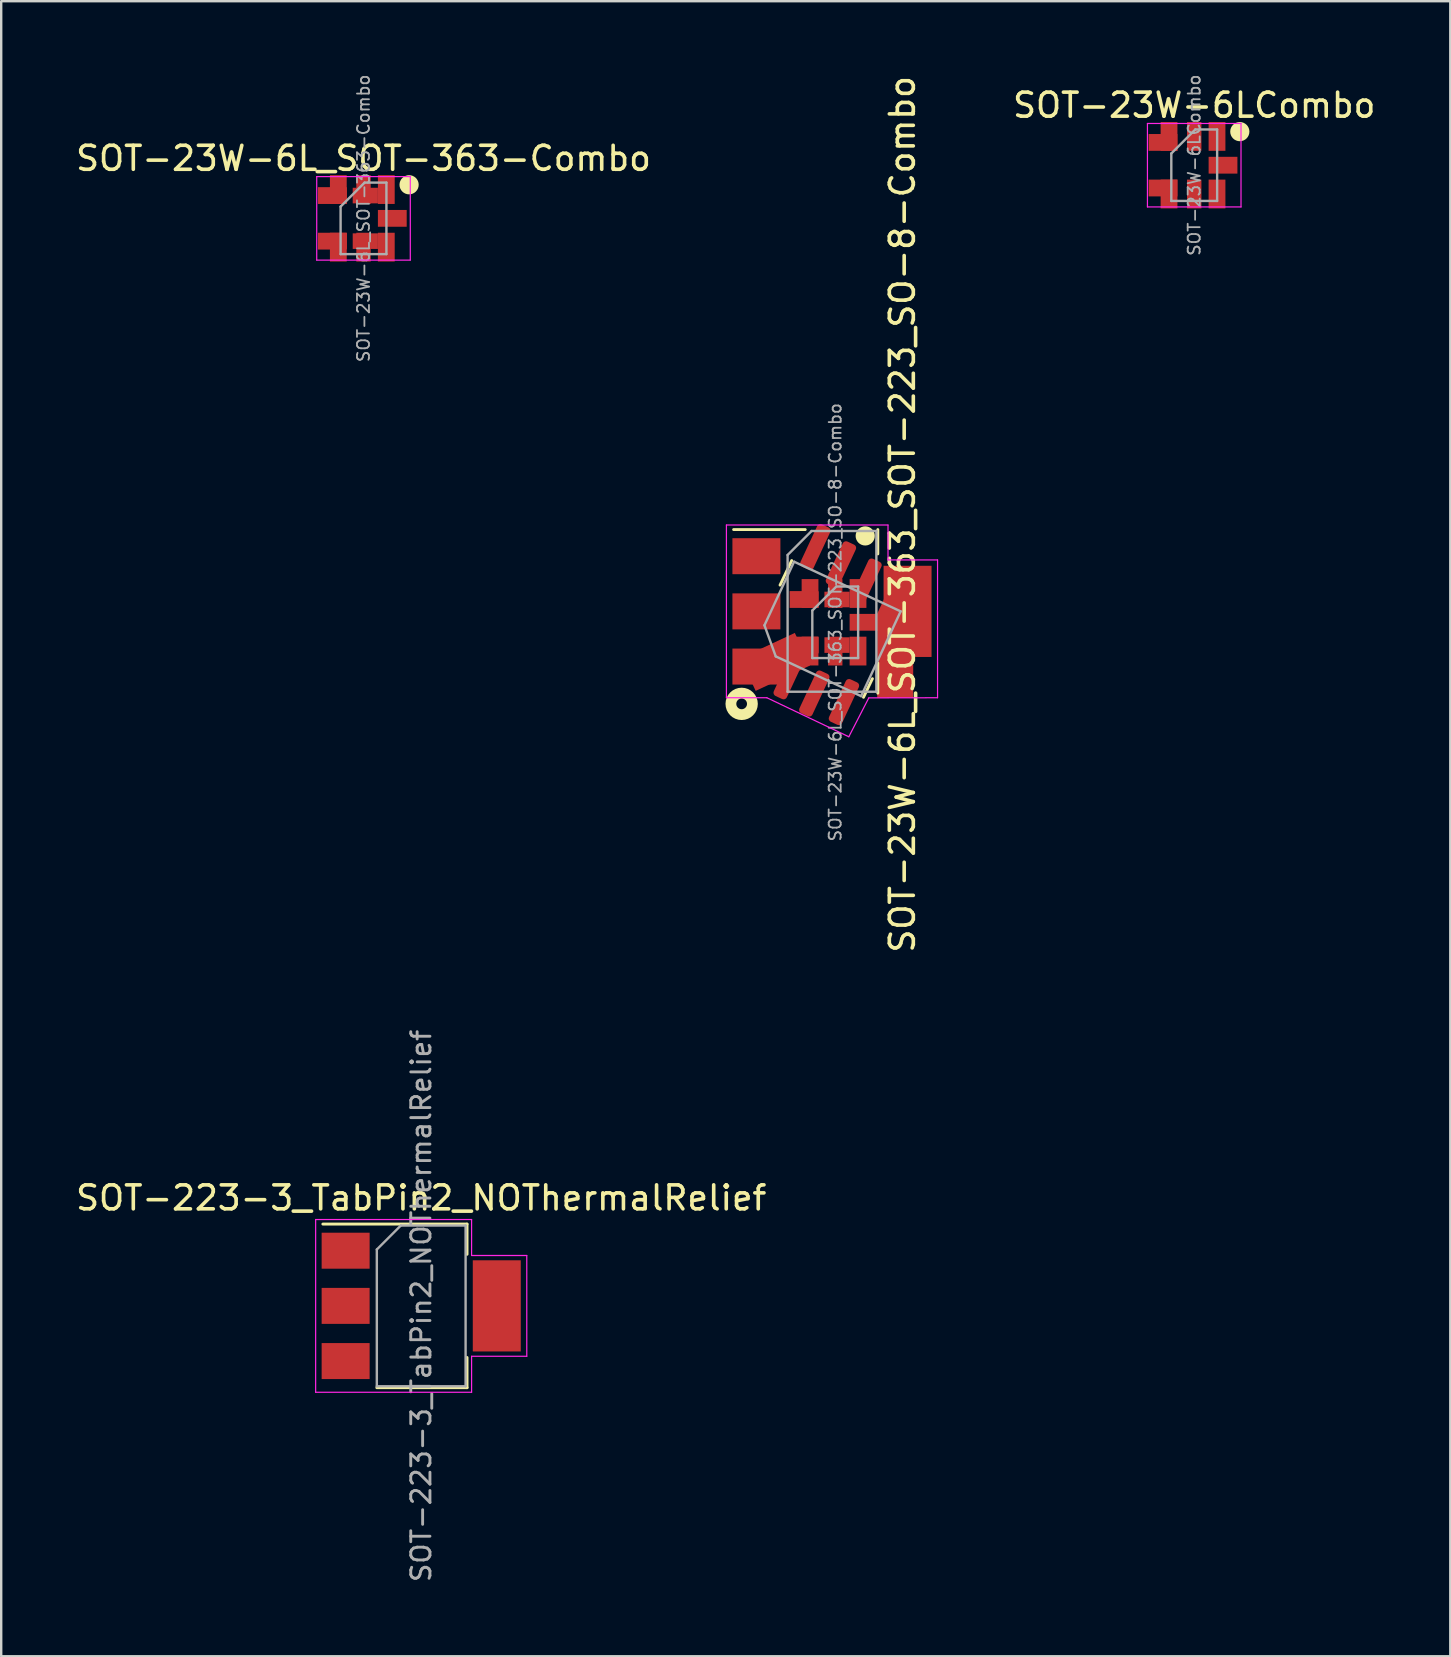
<source format=kicad_pcb>
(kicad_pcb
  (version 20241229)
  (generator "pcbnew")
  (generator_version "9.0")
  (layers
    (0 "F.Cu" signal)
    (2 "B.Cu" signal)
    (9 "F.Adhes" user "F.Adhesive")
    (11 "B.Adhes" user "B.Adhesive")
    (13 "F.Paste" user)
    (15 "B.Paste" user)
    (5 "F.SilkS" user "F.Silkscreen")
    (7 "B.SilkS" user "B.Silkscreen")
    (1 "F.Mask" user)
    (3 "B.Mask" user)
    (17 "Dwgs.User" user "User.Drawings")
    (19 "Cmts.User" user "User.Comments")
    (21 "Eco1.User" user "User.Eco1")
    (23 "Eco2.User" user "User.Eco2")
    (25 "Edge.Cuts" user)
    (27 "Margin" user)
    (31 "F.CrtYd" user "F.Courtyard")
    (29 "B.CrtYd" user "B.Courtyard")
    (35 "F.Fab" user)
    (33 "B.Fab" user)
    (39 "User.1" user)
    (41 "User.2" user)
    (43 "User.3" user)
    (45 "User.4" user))
  (footprint "SOT-23W-6L_SOT-363_SOT-223_SO-8-Combo"
    (layer "F.Cu")
    (at 31.762 22.887)
    (property "Reference" "SOT-23W-6L_SOT-363_SOT-223_SO-8-Combo" (at 2.8 -4.5 270) (layer "F.SilkS") (effects (font (size 1 1) (thickness 0.15))))
    (attr smd)
    (fp_line (start -4.235 -3.865) (end -1.25 -3.865) (stroke (width 0.12) (type solid)) (layer "F.SilkS"))
    (fp_line (start -2.3 -1.55) (end -1.814 -2.573) (stroke (width 0.12) (type solid)) (layer "F.SilkS"))
    (fp_line (start 1.55 2.35) (end 1.178 3.126) (stroke (width 0.12) (type solid)) (layer "F.SilkS"))
    (fp_line (start 1.775 -3.865) (end 1.775 -2.85) (stroke (width 0.12) (type solid)) (layer "F.SilkS"))
    (fp_line (start 1.775 2.955) (end 1.775 1.695) (stroke (width 0.12) (type solid)) (layer "F.SilkS"))
    (fp_circle (center -3.9 3.4) (end -3.725 3.261) (stroke (width 0.45) (type solid)) (fill no) (layer "F.SilkS"))
    (fp_circle (center 1.25 -3.6) (end 1.45 -3.6) (stroke (width 0.4) (type solid)) (fill no) (layer "F.SilkS"))
    (fp_line (start -4.535 -4.055) (end -4.535 3.145) (stroke (width 0.05) (type solid)) (layer "F.CrtYd"))
    (fp_line (start -2.85 3.145) (end -4.535 3.145) (stroke (width 0.05) (type solid)) (layer "F.CrtYd"))
    (fp_line (start -2.85 3.145) (end 0.566 4.771) (stroke (width 0.05) (type solid)) (layer "F.CrtYd"))
    (fp_line (start 0.566 4.771) (end 1.4 3.15) (stroke (width 0.05) (type solid)) (layer "F.CrtYd"))
    (fp_line (start 1.4 3.15) (end 4.265 3.145) (stroke (width 0.05) (type solid)) (layer "F.CrtYd"))
    (fp_line (start 2.2 -4.055) (end -4.535 -4.055) (stroke (width 0.05) (type solid)) (layer "F.CrtYd"))
    (fp_line (start 2.2 -2.6) (end 2.2 -4.05) (stroke (width 0.05) (type default)) (layer "F.CrtYd"))
    (fp_line (start 4.265 -2.6) (end 2.2 -2.6) (stroke (width 0.05) (type default)) (layer "F.CrtYd"))
    (fp_line (start 4.265 3.145) (end 4.265 -2.6) (stroke (width 0.05) (type solid)) (layer "F.CrtYd"))
    (fp_line (start -2.95 0.125) (end -1.714 -2.526) (stroke (width 0.1) (type solid)) (layer "F.Fab"))
    (fp_line (start -2.479 1.421) (end -2.95 0.125) (stroke (width 0.1) (type solid)) (layer "F.Fab"))
    (fp_line (start -1.985 -2.805) (end -1.985 2.895) (stroke (width 0.1) (type solid)) (layer "F.Fab"))
    (fp_line (start -1.985 -2.805) (end -0.985 -3.805) (stroke (width 0.1) (type solid)) (layer "F.Fab"))
    (fp_line (start -1.985 2.895) (end 1.715 2.895) (stroke (width 0.1) (type solid)) (layer "F.Fab"))
    (fp_line (start -1.714 -2.526) (end 2.727 -0.455) (stroke (width 0.1) (type solid)) (layer "F.Fab"))
    (fp_line (start -0.985 -3.805) (end 1.715 -3.805) (stroke (width 0.1) (type solid)) (layer "F.Fab"))
    (fp_line (start -0.955 -0.49) (end -0.955 1.49) (stroke (width 0.1) (type solid)) (layer "F.Fab"))
    (fp_line (start -0.955 -0.49) (end 0.045 -1.49) (stroke (width 0.1) (type solid)) (layer "F.Fab"))
    (fp_line (start -0.955 1.49) (end 0.955 1.49) (stroke (width 0.1) (type solid)) (layer "F.Fab"))
    (fp_line (start 0.045 -1.49) (end 0.955 -1.49) (stroke (width 0.1) (type solid)) (layer "F.Fab"))
    (fp_line (start 0.955 -1.49) (end 0.955 1.49) (stroke (width 0.1) (type solid)) (layer "F.Fab"))
    (fp_line (start 1.079 3.079) (end -2.479 1.421) (stroke (width 0.1) (type solid)) (layer "F.Fab"))
    (fp_line (start 1.715 -3.805) (end 1.715 2.895) (stroke (width 0.1) (type solid)) (layer "F.Fab"))
    (fp_line (start 2.727 -0.455) (end 1.079 3.079) (stroke (width 0.1) (type solid)) (layer "F.Fab"))
    (fp_text user "${REFERENCE}" (at 0 0 90) (layer "F.Fab") (effects (font (size 0.5 0.5) (thickness 0.075))))
    (pad "1" smd rect (at -3.285 -2.755) (size 2 1.5) (layers "F.Cu" "F.Mask" "F.Paste"))
    (pad "1" smd rect (at -1.3 -0.95) (size 1.2 0.7) (layers "F.Cu" "F.Mask" "F.Paste"))
    (pad "1" smd rect (at -1.05 -1.2 270) (size 1.2 0.7) (layers "F.Cu" "F.Mask" "F.Paste"))
    (pad "1" smd rect (at -0.9 -0.95 90) (size 0.65 0.4) (layers "F.Cu" "F.Mask" "F.Paste"))
    (pad "1" smd roundrect (at 0.363 3.325 65) (size 1.95 0.6) (layers "F.Cu" "F.Mask" "F.Paste") (roundrect_rratio 0.25))
    (pad "2" smd roundrect (at -0.998 -2.772 65) (size 1.95 0.6) (drill (offset 0.4 0)) (layers "F.Cu" "F.Mask" "F.Paste") (roundrect_rratio 0.25))
    (pad "2" smd rect (at -0.25 -0.95 90) (size 0.65 0.4) (layers "F.Cu" "F.Mask" "F.Paste"))
    (pad "2" smd rect (at -0.25 0.95 90) (size 0.65 0.4) (layers "F.Cu" "F.Mask" "F.Paste"))
    (pad "2" smd rect (at 0 -1.2 270) (size 1.2 0.6) (layers "F.Cu" "F.Mask" "F.Paste"))
    (pad "2" smd rect (at 0 1.2 270) (size 1.2 0.6) (layers "F.Cu" "F.Mask" "F.Paste"))
    (pad "2" smd roundrect (at 0.153 -2.235 65) (size 1.95 0.6) (drill (offset 0.2 0)) (layers "F.Cu" "F.Mask" "F.Paste") (roundrect_rratio 0.25))
    (pad "2" smd rect (at 0.4 -0.95 90) (size 0.65 0.4) (layers "F.Cu" "F.Mask" "F.Paste"))
    (pad "2" smd rect (at 0.4 0.95 90) (size 0.65 0.4) (layers "F.Cu" "F.Mask" "F.Paste"))
    (pad "2" smd rect (at 0.95 -1.2 270) (size 1.2 0.7) (layers "F.Cu" "F.Mask" "F.Paste"))
    (pad "2" smd rect (at 0.95 1.2 270) (size 1.2 0.7) (layers "F.Cu" "F.Mask" "F.Paste"))
    (pad "2" smd rect (at 1.2 0) (size 1.2 0.7) (layers "F.Cu" "F.Mask" "F.Paste"))
    (pad "2" smd roundrect (at 1.304 -1.698 65) (size 1.95 0.6) (layers "F.Cu" "F.Mask" "F.Paste") (roundrect_rratio 0.25))
    (pad "2" smd roundrect (at 2.455 -1.161 65) (size 1.95 0.6) (drill (offset -0.7 0)) (layers "F.Cu" "F.Mask" "F.Paste") (roundrect_rratio 0.25))
    (pad "2" smd rect (at 2.5 1.65 90) (size 3 1.5) (layers "F.Cu" "F.Mask" "F.Paste"))
    (pad "2" smd rect (at 3.015 -0.455) (size 2 3.8) (layers "F.Cu" "F.Mask" "F.Paste"))
    (pad "3" smd rect (at -3.285 1.845) (size 2 1.5) (layers "F.Cu" "F.Mask" "F.Paste"))
    (pad "3" smd rect (at -2.5 1.65 25) (size 2.5 1.5) (layers "F.Cu" "F.Mask" "F.Paste"))
    (pad "3" smd roundrect (at -1.939 2.251 65) (size 1.95 0.6) (layers "F.Cu" "F.Mask" "F.Paste") (roundrect_rratio 0.25))
    (pad "3" smd rect (at -1.3 0.95) (size 1.2 0.7) (layers "F.Cu" "F.Mask" "F.Paste"))
    (pad "3" smd rect (at -1.05 1.2 270) (size 1.2 0.7) (layers "F.Cu" "F.Mask" "F.Paste"))
    (pad "3" smd rect (at -0.9 0.95 90) (size 0.65 0.4) (layers "F.Cu" "F.Mask" "F.Paste"))
    (pad "3" smd roundrect (at -0.788 2.788 65) (size 1.95 0.6) (drill (offset -0.2 0)) (layers "F.Cu" "F.Mask" "F.Paste") (roundrect_rratio 0.25))
    (pad "5" smd rect (at -3.285 -0.455) (size 2 1.5) (layers "F.Cu" "F.Mask" "F.Paste")))
  (footprint "SOT-23W-6LCombo"
    (layer "F.Cu")
    (at 46.725 3.836)
    (property "Reference" "SOT-23W-6LCombo" (at 0 -2.5 0) (layer "F.SilkS") (effects (font (size 1 1) (thickness 0.15))))
    (attr smd)
    (fp_circle (center 1.9 -1.4) (end 2.1 -1.4) (stroke (width 0.4) (type solid)) (fill no) (layer "F.SilkS"))
    (fp_line (start -1.95 -1.74) (end 1.95 -1.74) (stroke (width 0.05) (type solid)) (layer "F.CrtYd"))
    (fp_line (start -1.95 1.74) (end -1.95 -1.74) (stroke (width 0.05) (type solid)) (layer "F.CrtYd"))
    (fp_line (start 1.95 -1.74) (end 1.95 1.74) (stroke (width 0.05) (type solid)) (layer "F.CrtYd"))
    (fp_line (start 1.95 1.74) (end -1.95 1.74) (stroke (width 0.05) (type solid)) (layer "F.CrtYd"))
    (fp_line (start -0.955 -0.49) (end -0.955 1.49) (stroke (width 0.1) (type solid)) (layer "F.Fab"))
    (fp_line (start -0.955 -0.49) (end 0.045 -1.49) (stroke (width 0.1) (type solid)) (layer "F.Fab"))
    (fp_line (start -0.955 1.49) (end 0.955 1.49) (stroke (width 0.1) (type solid)) (layer "F.Fab"))
    (fp_line (start 0.045 -1.49) (end 0.955 -1.49) (stroke (width 0.1) (type solid)) (layer "F.Fab"))
    (fp_line (start 0.955 -1.49) (end 0.955 1.49) (stroke (width 0.1) (type solid)) (layer "F.Fab"))
    (fp_text user "${REFERENCE}" (at 0 0 90) (layer "F.Fab") (effects (font (size 0.5 0.5) (thickness 0.075))))
    (pad "1" smd rect (at -1.3 -0.95) (size 1.2 0.7) (layers "F.Cu" "F.Mask" "F.Paste"))
    (pad "1" smd rect (at -1.05 -1.2 270) (size 1.2 0.7) (layers "F.Cu" "F.Mask" "F.Paste"))
    (pad "2" smd rect (at -1.3 0.95) (size 1.2 0.7) (layers "F.Cu" "F.Mask" "F.Paste"))
    (pad "2" smd rect (at -1.05 1.2 270) (size 1.2 0.7) (layers "F.Cu" "F.Mask" "F.Paste"))
    (pad "3" smd rect (at 0 -1.2 270) (size 1.2 0.6) (layers "F.Cu" "F.Mask" "F.Paste"))
    (pad "3" smd rect (at 0 1.2 270) (size 1.2 0.6) (layers "F.Cu" "F.Mask" "F.Paste"))
    (pad "3" smd rect (at 0.95 -1.2 270) (size 1.2 0.7) (layers "F.Cu" "F.Mask" "F.Paste"))
    (pad "3" smd rect (at 0.95 1.2 270) (size 1.2 0.7) (layers "F.Cu" "F.Mask" "F.Paste"))
    (pad "3" smd rect (at 1.2 0) (size 1.2 0.7) (layers "F.Cu" "F.Mask" "F.Paste")))
  (footprint "SOT-23W-6L_SOT-363-Combo"
    (layer "F.Cu")
    (at 12.101 6.051)
    (property "Reference" "SOT-23W-6L_SOT-363-Combo" (at 0 -2.5 0) (layer "F.SilkS") (effects (font (size 1 1) (thickness 0.15))))
    (attr smd)
    (fp_circle (center 1.9 -1.4) (end 2.1 -1.4) (stroke (width 0.4) (type solid)) (fill no) (layer "F.SilkS"))
    (fp_line (start -1.95 -1.74) (end 1.95 -1.74) (stroke (width 0.05) (type solid)) (layer "F.CrtYd"))
    (fp_line (start -1.95 1.74) (end -1.95 -1.74) (stroke (width 0.05) (type solid)) (layer "F.CrtYd"))
    (fp_line (start 1.95 -1.74) (end 1.95 1.74) (stroke (width 0.05) (type solid)) (layer "F.CrtYd"))
    (fp_line (start 1.95 1.74) (end -1.95 1.74) (stroke (width 0.05) (type solid)) (layer "F.CrtYd"))
    (fp_line (start -0.955 -0.49) (end -0.955 1.49) (stroke (width 0.1) (type solid)) (layer "F.Fab"))
    (fp_line (start -0.955 -0.49) (end 0.045 -1.49) (stroke (width 0.1) (type solid)) (layer "F.Fab"))
    (fp_line (start -0.955 1.49) (end 0.955 1.49) (stroke (width 0.1) (type solid)) (layer "F.Fab"))
    (fp_line (start 0.045 -1.49) (end 0.955 -1.49) (stroke (width 0.1) (type solid)) (layer "F.Fab"))
    (fp_line (start 0.955 -1.49) (end 0.955 1.49) (stroke (width 0.1) (type solid)) (layer "F.Fab"))
    (fp_text user "${REFERENCE}" (at 0 0 90) (layer "F.Fab") (effects (font (size 0.5 0.5) (thickness 0.075))))
    (pad "1" smd rect (at -1.3 -0.95) (size 1.2 0.7) (layers "F.Cu" "F.Mask" "F.Paste"))
    (pad "1" smd rect (at -1.05 -1.2 270) (size 1.2 0.7) (layers "F.Cu" "F.Mask" "F.Paste"))
    (pad "1" smd rect (at -0.9 -0.95 90) (size 0.65 0.4) (layers "F.Cu" "F.Mask" "F.Paste"))
    (pad "2" smd rect (at -1.3 0.95) (size 1.2 0.7) (layers "F.Cu" "F.Mask" "F.Paste"))
    (pad "2" smd rect (at -1.05 1.2 270) (size 1.2 0.7) (layers "F.Cu" "F.Mask" "F.Paste"))
    (pad "2" smd rect (at -0.9 0.95 90) (size 0.65 0.4) (layers "F.Cu" "F.Mask" "F.Paste"))
    (pad "3" smd rect (at -0.25 -0.95 90) (size 0.65 0.4) (layers "F.Cu" "F.Mask" "F.Paste"))
    (pad "3" smd rect (at -0.25 0.95 90) (size 0.65 0.4) (layers "F.Cu" "F.Mask" "F.Paste"))
    (pad "3" smd rect (at 0 -1.2 270) (size 1.2 0.6) (layers "F.Cu" "F.Mask" "F.Paste"))
    (pad "3" smd rect (at 0 1.2 270) (size 1.2 0.6) (layers "F.Cu" "F.Mask" "F.Paste"))
    (pad "3" smd rect (at 0.4 -0.95 90) (size 0.65 0.4) (layers "F.Cu" "F.Mask" "F.Paste"))
    (pad "3" smd rect (at 0.4 0.95 90) (size 0.65 0.4) (layers "F.Cu" "F.Mask" "F.Paste"))
    (pad "3" smd rect (at 0.95 -1.2 270) (size 1.2 0.7) (layers "F.Cu" "F.Mask" "F.Paste"))
    (pad "3" smd rect (at 0.95 1.2 270) (size 1.2 0.7) (layers "F.Cu" "F.Mask" "F.Paste"))
    (pad "3" smd rect (at 1.2 0) (size 1.2 0.7) (layers "F.Cu" "F.Mask" "F.Paste")))
  (footprint "SOT-223-3_TabPin2_NOThermalRelief"
    (layer "F.Cu")
    (at 14.506 51.379)
    (property "Reference" "SOT-223-3_TabPin2_NOThermalRelief" (at 0 -4.5 0) (layer "F.SilkS") (effects (font (size 1 1) (thickness 0.15))))
    (attr smd)
    (fp_line (start -4.1 -3.41) (end 1.91 -3.41) (stroke (width 0.12) (type solid)) (layer "F.SilkS"))
    (fp_line (start -1.85 3.41) (end 1.91 3.41) (stroke (width 0.12) (type solid)) (layer "F.SilkS"))
    (fp_line (start 1.91 -3.41) (end 1.91 -2.15) (stroke (width 0.12) (type solid)) (layer "F.SilkS"))
    (fp_line (start 1.91 3.41) (end 1.91 2.15) (stroke (width 0.12) (type solid)) (layer "F.SilkS"))
    (fp_line (start -4.4 -3.6) (end -4.4 3.6) (stroke (width 0.05) (type solid)) (layer "F.CrtYd"))
    (fp_line (start -4.4 3.6) (end 2.1 3.6) (stroke (width 0.05) (type solid)) (layer "F.CrtYd"))
    (fp_line (start 2.1 -3.6) (end -4.4 -3.6) (stroke (width 0.05) (type solid)) (layer "F.CrtYd"))
    (fp_line (start 2.1 -3.6) (end 2.1 -2.1) (stroke (width 0.05) (type default)) (layer "F.CrtYd"))
    (fp_line (start 2.1 -2.1) (end 4.4 -2.1) (stroke (width 0.05) (type default)) (layer "F.CrtYd"))
    (fp_line (start 2.1 2.1) (end 4.4 2.1) (stroke (width 0.05) (type default)) (layer "F.CrtYd"))
    (fp_line (start 2.1 3.6) (end 2.1 2.1) (stroke (width 0.05) (type default)) (layer "F.CrtYd"))
    (fp_line (start 4.4 2.1) (end 4.4 -2.1) (stroke (width 0.05) (type solid)) (layer "F.CrtYd"))
    (fp_line (start -1.85 -2.35) (end -1.85 3.35) (stroke (width 0.1) (type solid)) (layer "F.Fab"))
    (fp_line (start -1.85 -2.35) (end -0.85 -3.35) (stroke (width 0.1) (type solid)) (layer "F.Fab"))
    (fp_line (start -1.85 3.35) (end 1.85 3.35) (stroke (width 0.1) (type solid)) (layer "F.Fab"))
    (fp_line (start -0.85 -3.35) (end 1.85 -3.35) (stroke (width 0.1) (type solid)) (layer "F.Fab"))
    (fp_line (start 1.85 -3.35) (end 1.85 3.35) (stroke (width 0.1) (type solid)) (layer "F.Fab"))
    (fp_text user "${REFERENCE}" (at 0 0 90) (layer "F.Fab") (effects (font (size 0.8 0.8) (thickness 0.12))))
    (pad "1" smd rect (at -3.15 -2.3) (size 2 1.5) (layers "F.Cu" "F.Mask" "F.Paste"))
    (pad "2" smd rect (at -3.15 0) (size 2 1.5) (layers "F.Cu" "F.Mask" "F.Paste"))
    (pad "2" smd rect (at 3.15 0) (size 2 3.8) (layers "F.Cu" "F.Mask" "F.Paste"))
    (pad "3" smd rect (at -3.15 2.3) (size 2 1.5) (layers "F.Cu" "F.Mask" "F.Paste")))
  (gr_rect
    (start -3 -3)
    (end 57.398 65.983)
    (stroke (width 0.1) (type default))
    (fill no)
    (layer "Edge.Cuts")))
</source>
